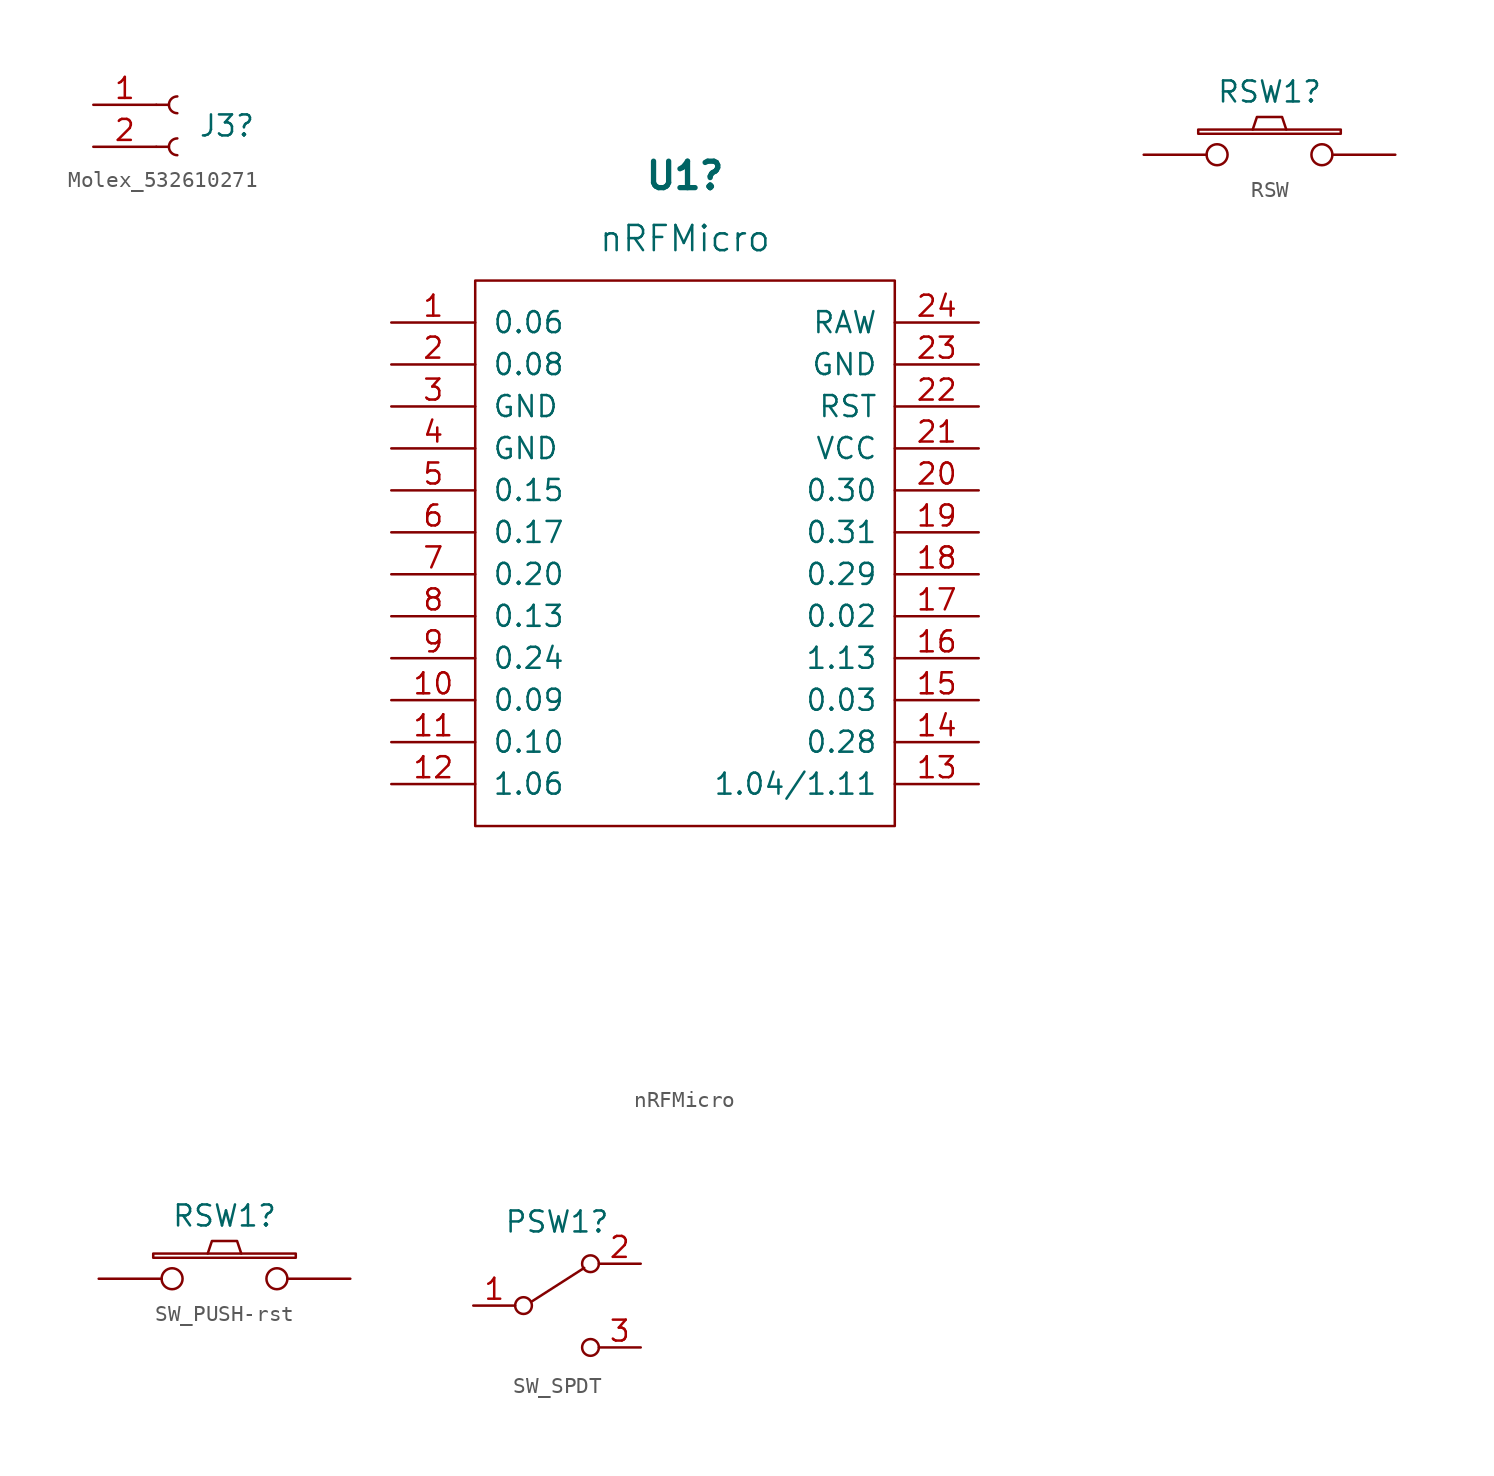
<source format=kicad_sym>
(kicad_symbol_lib
  (version 20241209)
  (generator "kicad_symbol_editor")
  (generator_version "9.0")
  (symbol "Molex_532610271"
    (pin_names
      (offset 1.016)
      (hide yes))
    (property "Reference" "J3"
      (at 1.27 -1.27 0)
      (effects (font (size 1.27 1.27)) (justify left)))
    (symbol "Molex_532610271_1_1"
      (polyline (pts (xy -1.27 0) (xy -0.508 0)) (stroke (width 0.152) (type default)) (fill (type none)))
      (polyline (pts (xy -1.27 -2.54) (xy -0.508 -2.54)) (stroke (width 0.152) (type default)) (fill (type none)))
      (arc (start 0 -0.508) (mid -0.5058 0) (end 0 0.508) (stroke (width 0.1524) (type default)) (fill (type none)))
      (arc (start 0 -3.048) (mid -0.5058 -2.54) (end 0 -2.032) (stroke (width 0.1524) (type default)) (fill (type none)))
      (pin passive line (at -5.08 0 0) (length 3.81) (name "Pin_2" (effects (font (size 1.27 1.27)))) (number "1" (effects (font (size 1.27 1.27)))))
      (pin passive line (at -5.08 -2.54 0) (length 3.81) (name "Pin_1" (effects (font (size 1.27 1.27)))) (number "2" (effects (font (size 1.27 1.27)))))))
  (symbol "nRFMicro"
    (pin_names
      (offset 1.016))
    (property "Reference" "U1"
      (at 0 22.86 0)
      (effects (font (size 1.6 1.6) (thickness 0.32) (bold yes))))
    (property "Value" "nRFMicro"
      (at 0 19.05 0)
      (effects (font (size 1.524 1.524))))
    (property "Datasheet" ""
      (at 2.54 -26.67 0)
      (effects (font (size 1.524 1.524))))
    (symbol "nRFMicro_0_1"
      (rectangle (start -12.7 16.51) (end 12.7 -16.51) (stroke (width 0) (type default)) (fill (type none))))
    (symbol "nRFMicro_1_1"
      (pin bidirectional line (at -17.78 13.97 0) (length 5.08) (name "0.06" (effects (font (size 1.27 1.27)))) (number "1" (effects (font (size 1.27 1.27)))))
      (pin bidirectional line (at -17.78 11.43 0) (length 5.08) (name "0.08" (effects (font (size 1.27 1.27)))) (number "2" (effects (font (size 1.27 1.27)))))
      (pin power_in line (at -17.78 8.89 0) (length 5.08) (name "GND" (effects (font (size 1.27 1.27)))) (number "3" (effects (font (size 1.27 1.27)))))
      (pin power_in line (at -17.78 6.35 0) (length 5.08) (name "GND" (effects (font (size 1.27 1.27)))) (number "4" (effects (font (size 1.27 1.27)))))
      (pin bidirectional line (at -17.78 3.81 0) (length 5.08) (name "0.15" (effects (font (size 1.27 1.27)))) (number "5" (effects (font (size 1.27 1.27)))))
      (pin bidirectional line (at -17.78 1.27 0) (length 5.08) (name "0.17" (effects (font (size 1.27 1.27)))) (number "6" (effects (font (size 1.27 1.27)))))
      (pin bidirectional line (at -17.78 -1.27 0) (length 5.08) (name "0.20" (effects (font (size 1.27 1.27)))) (number "7" (effects (font (size 1.27 1.27)))))
      (pin bidirectional line (at -17.78 -3.81 0) (length 5.08) (name "0.13" (effects (font (size 1.27 1.27)))) (number "8" (effects (font (size 1.27 1.27)))))
      (pin bidirectional line (at -17.78 -6.35 0) (length 5.08) (name "0.24" (effects (font (size 1.27 1.27)))) (number "9" (effects (font (size 1.27 1.27)))))
      (pin bidirectional line (at -17.78 -8.89 0) (length 5.08) (name "0.09" (effects (font (size 1.27 1.27)))) (number "10" (effects (font (size 1.27 1.27)))))
      (pin bidirectional line (at -17.78 -11.43 0) (length 5.08) (name "0.10" (effects (font (size 1.27 1.27)))) (number "11" (effects (font (size 1.27 1.27)))))
      (pin bidirectional line (at -17.78 -13.97 0) (length 5.08) (name "1.06" (effects (font (size 1.27 1.27)))) (number "12" (effects (font (size 1.27 1.27)))))
      (pin power_out line (at 17.78 13.97 180) (length 5.08) (name "RAW" (effects (font (size 1.27 1.27)))) (number "24" (effects (font (size 1.27 1.27)))))
      (pin power_in line (at 17.78 11.43 180) (length 5.08) (name "GND" (effects (font (size 1.27 1.27)))) (number "23" (effects (font (size 1.27 1.27)))))
      (pin input line (at 17.78 8.89 180) (length 5.08) (name "RST" (effects (font (size 1.27 1.27)))) (number "22" (effects (font (size 1.27 1.27)))))
      (pin power_in line (at 17.78 6.35 180) (length 5.08) (name "VCC" (effects (font (size 1.27 1.27)))) (number "21" (effects (font (size 1.27 1.27)))))
      (pin bidirectional line (at 17.78 3.81 180) (length 5.08) (name "0.30" (effects (font (size 1.27 1.27)))) (number "20" (effects (font (size 1.27 1.27)))))
      (pin bidirectional line (at 17.78 1.27 180) (length 5.08) (name "0.31" (effects (font (size 1.27 1.27)))) (number "19" (effects (font (size 1.27 1.27)))))
      (pin bidirectional line (at 17.78 -1.27 180) (length 5.08) (name "0.29" (effects (font (size 1.27 1.27)))) (number "18" (effects (font (size 1.27 1.27)))))
      (pin bidirectional line (at 17.78 -3.81 180) (length 5.08) (name "0.02" (effects (font (size 1.27 1.27)))) (number "17" (effects (font (size 1.27 1.27)))))
      (pin bidirectional line (at 17.78 -6.35 180) (length 5.08) (name "1.13" (effects (font (size 1.27 1.27)))) (number "16" (effects (font (size 1.27 1.27)))))
      (pin bidirectional line (at 17.78 -8.89 180) (length 5.08) (name "0.03" (effects (font (size 1.27 1.27)))) (number "15" (effects (font (size 1.27 1.27)))))
      (pin bidirectional line (at 17.78 -11.43 180) (length 5.08) (name "0.28" (effects (font (size 1.27 1.27)))) (number "14" (effects (font (size 1.27 1.27)))))
      (pin bidirectional line (at 17.78 -13.97 180) (length 5.08) (name "1.04/1.11" (effects (font (size 1.27 1.27)))) (number "13" (effects (font (size 1.27 1.27)))))))
  (symbol "RSW"
    (pin_numbers
      (hide yes))
    (pin_names
      (offset 1.016)
      (hide yes))
    (property "Reference" "RSW1"
      (at 0 3.81 0)
      (effects (font (size 1.27 1.27))))
    (property "Datasheet" ""
      (at 0 0 0)
      (effects (font (size 1.27 1.27))))
    (symbol "RSW_0_1"
      (rectangle (start -4.318 1.27) (end 4.318 1.524) (stroke (width 0) (type default)) (fill (type none)))
      (polyline (pts (xy -1.016 1.524) (xy -0.762 2.286) (xy 0.762 2.286) (xy 1.016 1.524)) (stroke (width 0) (type default)) (fill (type none)))
      (pin passive inverted (at -7.62 0 0) (length 5.08) (name "1" (effects (font (size 1.27 1.27)))) (number "1" (effects (font (size 1.27 1.27)))))
      (pin passive inverted (at 7.62 0 180) (length 5.08) (name "2" (effects (font (size 1.27 1.27)))) (number "2" (effects (font (size 1.27 1.27)))))))
  (symbol "SW_PUSH-rst"
    (pin_numbers
      (hide yes))
    (pin_names
      (offset 1.016)
      (hide yes))
    (property "Reference" "RSW1"
      (at 0 3.81 0)
      (effects (font (size 1.27 1.27))))
    (property "Datasheet" ""
      (at 0 0 0)
      (effects (font (size 1.27 1.27))))
    (symbol "SW_PUSH-rst_0_1"
      (rectangle (start -4.318 1.27) (end 4.318 1.524) (stroke (width 0) (type default)) (fill (type none)))
      (polyline (pts (xy -1.016 1.524) (xy -0.762 2.286) (xy 0.762 2.286) (xy 1.016 1.524)) (stroke (width 0) (type default)) (fill (type none)))
      (pin passive inverted (at -7.62 0 0) (length 5.08) (name "1" (effects (font (size 1.27 1.27)))) (number "1" (effects (font (size 1.27 1.27)))))
      (pin passive inverted (at 7.62 0 180) (length 5.08) (name "2" (effects (font (size 1.27 1.27)))) (number "2" (effects (font (size 1.27 1.27)))))))
  (symbol "SW_SPDT"
    (pin_names
      (offset 0)
      (hide yes))
    (property "Reference" "PSW1"
      (at 0 5.08 0)
      (effects (font (size 1.27 1.27))))
    (symbol "SW_SPDT_0_0"
      (circle (center -2.032 0) (radius 0.508) (stroke (width 0) (type default)) (fill (type none)))
      (circle (center 2.032 -2.54) (radius 0.508) (stroke (width 0) (type default)) (fill (type none))))
    (symbol "SW_SPDT_0_1"
      (polyline (pts (xy -1.524 0.254) (xy 1.651 2.286)) (stroke (width 0) (type default)) (fill (type none)))
      (circle (center 2.032 2.54) (radius 0.508) (stroke (width 0) (type default)) (fill (type none))))
    (symbol "SW_SPDT_1_1"
      (pin passive line (at -5.08 0 0) (length 2.54) (name "B" (effects (font (size 1.27 1.27)))) (number "1" (effects (font (size 1.27 1.27)))))
      (pin passive line (at 5.08 2.54 180) (length 2.54) (name "A" (effects (font (size 1.27 1.27)))) (number "2" (effects (font (size 1.27 1.27)))))
      (pin passive line (at 5.08 -2.54 180) (length 2.54) (name "C" (effects (font (size 1.27 1.27)))) (number "3" (effects (font (size 1.27 1.27))))))))
</source>
